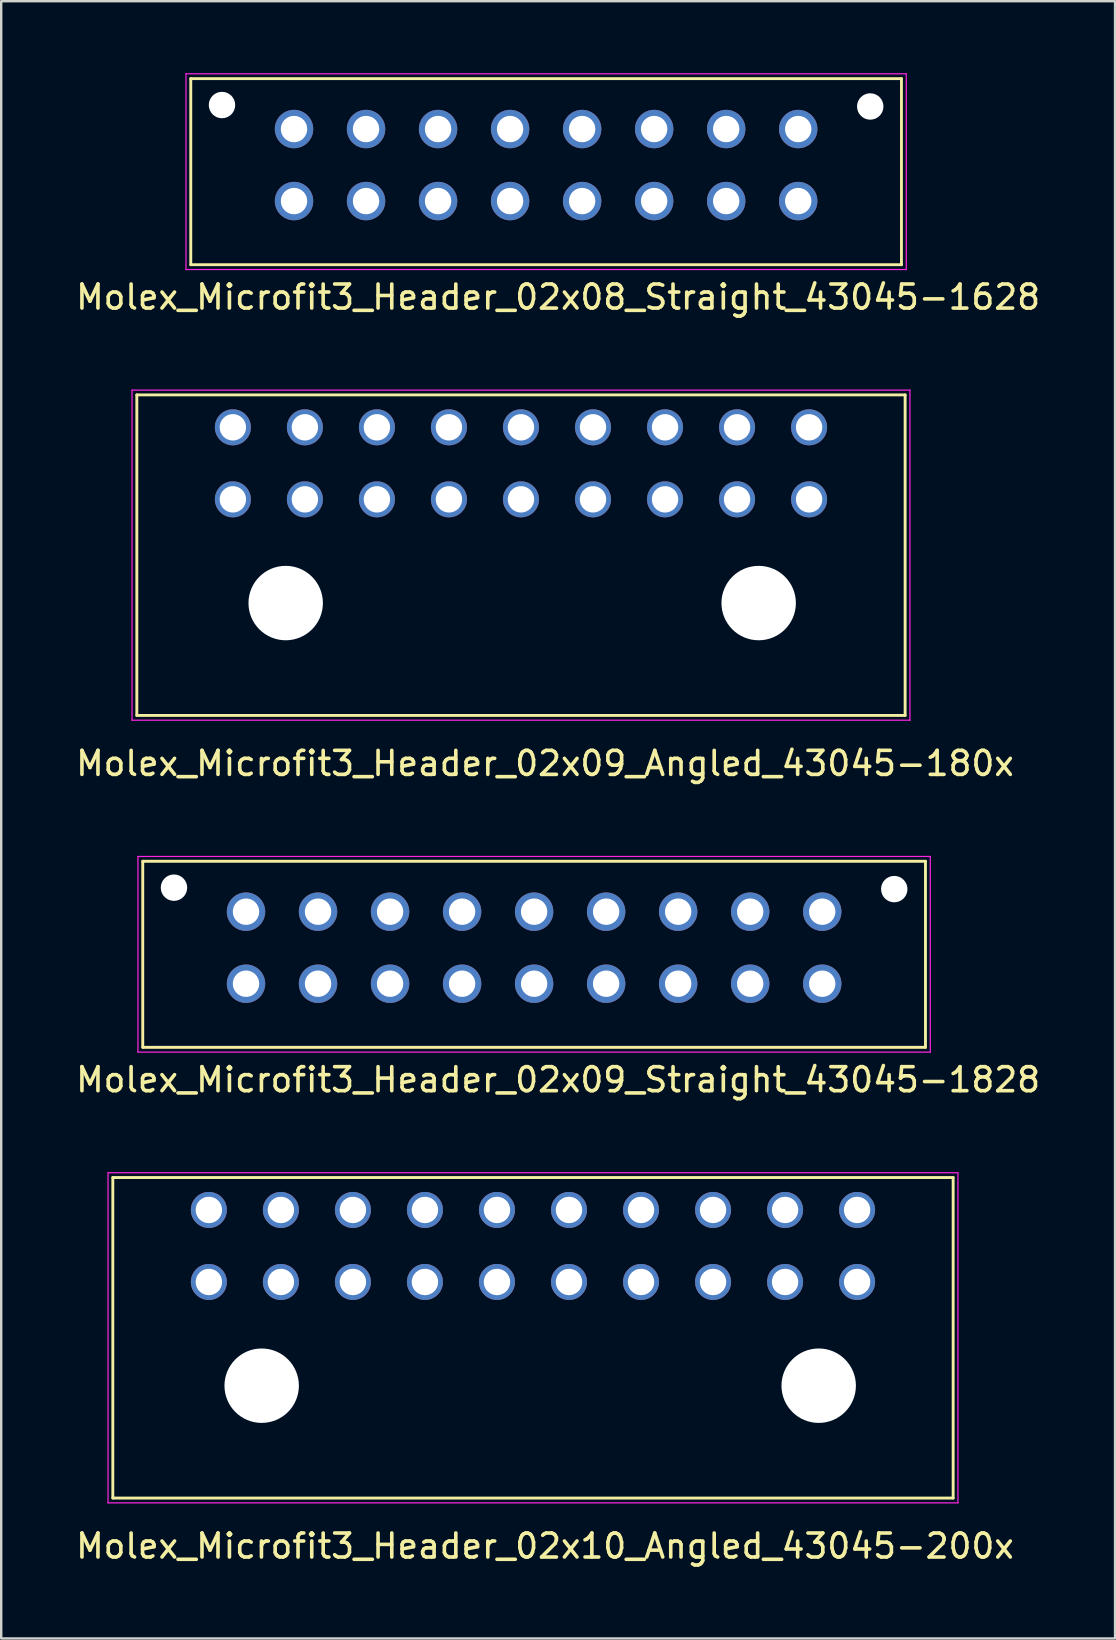
<source format=kicad_pcb>
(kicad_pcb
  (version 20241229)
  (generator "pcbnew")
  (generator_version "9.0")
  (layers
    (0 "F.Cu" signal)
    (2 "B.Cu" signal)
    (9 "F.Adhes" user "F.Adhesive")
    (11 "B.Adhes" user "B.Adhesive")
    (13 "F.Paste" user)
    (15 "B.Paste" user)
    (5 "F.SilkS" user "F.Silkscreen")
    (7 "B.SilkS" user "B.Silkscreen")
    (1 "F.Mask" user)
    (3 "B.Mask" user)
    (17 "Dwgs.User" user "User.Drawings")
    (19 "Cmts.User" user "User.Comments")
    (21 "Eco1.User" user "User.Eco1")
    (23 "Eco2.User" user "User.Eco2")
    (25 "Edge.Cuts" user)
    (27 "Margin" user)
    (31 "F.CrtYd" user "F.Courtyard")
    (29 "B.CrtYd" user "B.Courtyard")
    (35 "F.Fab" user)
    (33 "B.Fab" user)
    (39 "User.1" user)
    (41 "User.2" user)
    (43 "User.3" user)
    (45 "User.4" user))
  (footprint "Molex_Microfit3_Header_02x09_Straight_43045-1828"
    (layer "F.Cu")
    (at 31.196 37.922)
    (property "Reference" "Molex_Microfit3_Header_02x09_Straight_43045-1828" (at -11 4 0) (layer "F.SilkS") (effects (font (size 1 1) (thickness 0.15))))
    (attr through_hole)
    (fp_line (start -28.3 2.65) (end -28.3 -5.1) (stroke (width 0.12) (type solid)) (layer "F.SilkS"))
    (fp_line (start 4.3 -5.1) (end -28.3 -5.1) (stroke (width 0.12) (type solid)) (layer "F.SilkS"))
    (fp_line (start 4.3 2.65) (end -28.3 2.65) (stroke (width 0.12) (type solid)) (layer "F.SilkS"))
    (fp_line (start 4.3 2.65) (end 4.3 -5.1) (stroke (width 0.12) (type solid)) (layer "F.SilkS"))
    (fp_line (start -28.5 2.85) (end -28.5 -5.3) (stroke (width 0.05) (type solid)) (layer "F.CrtYd"))
    (fp_line (start 4.5 -5.3) (end -28.5 -5.3) (stroke (width 0.05) (type solid)) (layer "F.CrtYd"))
    (fp_line (start 4.5 2.85) (end -28.5 2.85) (stroke (width 0.05) (type solid)) (layer "F.CrtYd"))
    (fp_line (start 4.5 2.85) (end 4.5 -5.3) (stroke (width 0.05) (type solid)) (layer "F.CrtYd"))
    (pad "" np_thru_hole circle (at -27 -4) (size 1.1 1.1) (drill 1.1) (layers "*.Cu" "*.Mask"))
    (pad "" np_thru_hole circle (at 3 -3.94) (size 1.1 1.1) (drill 1.1) (layers "*.Cu" "*.Mask"))
    (pad "1" thru_hole circle (at 0 0) (size 1.6 1.6) (drill 1.1) (layers "*.Cu" "*.Mask"))
    (pad "2" thru_hole circle (at -3 0) (size 1.6 1.6) (drill 1.1) (layers "*.Cu" "*.Mask"))
    (pad "3" thru_hole circle (at -6 0) (size 1.6 1.6) (drill 1.1) (layers "*.Cu" "*.Mask"))
    (pad "4" thru_hole circle (at -9 0) (size 1.6 1.6) (drill 1.1) (layers "*.Cu" "*.Mask"))
    (pad "5" thru_hole circle (at -12 0) (size 1.6 1.6) (drill 1.1) (layers "*.Cu" "*.Mask"))
    (pad "6" thru_hole circle (at -15 0) (size 1.6 1.6) (drill 1.1) (layers "*.Cu" "*.Mask"))
    (pad "7" thru_hole circle (at -18 0) (size 1.6 1.6) (drill 1.1) (layers "*.Cu" "*.Mask"))
    (pad "8" thru_hole circle (at -21 0) (size 1.6 1.6) (drill 1.1) (layers "*.Cu" "*.Mask"))
    (pad "9" thru_hole circle (at -24 0) (size 1.6 1.6) (drill 1.1) (layers "*.Cu" "*.Mask"))
    (pad "10" thru_hole circle (at 0 -3) (size 1.6 1.6) (drill 1.1) (layers "*.Cu" "*.Mask"))
    (pad "11" thru_hole circle (at -3 -3) (size 1.6 1.6) (drill 1.1) (layers "*.Cu" "*.Mask"))
    (pad "12" thru_hole circle (at -6 -3) (size 1.6 1.6) (drill 1.1) (layers "*.Cu" "*.Mask"))
    (pad "13" thru_hole circle (at -9 -3) (size 1.6 1.6) (drill 1.1) (layers "*.Cu" "*.Mask"))
    (pad "14" thru_hole circle (at -12 -3) (size 1.6 1.6) (drill 1.1) (layers "*.Cu" "*.Mask"))
    (pad "15" thru_hole circle (at -15 -3) (size 1.6 1.6) (drill 1.1) (layers "*.Cu" "*.Mask"))
    (pad "16" thru_hole circle (at -18 -3) (size 1.6 1.6) (drill 1.1) (layers "*.Cu" "*.Mask"))
    (pad "17" thru_hole circle (at -21 -3) (size 1.6 1.6) (drill 1.1) (layers "*.Cu" "*.Mask"))
    (pad "18" thru_hole circle (at -24 -3) (size 1.6 1.6) (drill 1.1) (layers "*.Cu" "*.Mask")))
  (footprint "Molex_Microfit3_Header_02x08_Straight_43045-1628"
    (layer "F.Cu")
    (at 30.196 5.325)
    (property "Reference" "Molex_Microfit3_Header_02x08_Straight_43045-1628" (at -10 4 0) (layer "F.SilkS") (effects (font (size 1 1) (thickness 0.15))))
    (attr through_hole)
    (fp_line (start -25.3 2.65) (end -25.3 -5.1) (stroke (width 0.12) (type solid)) (layer "F.SilkS"))
    (fp_line (start 4.3 -5.1) (end -25.3 -5.1) (stroke (width 0.12) (type solid)) (layer "F.SilkS"))
    (fp_line (start 4.3 2.65) (end -25.3 2.65) (stroke (width 0.12) (type solid)) (layer "F.SilkS"))
    (fp_line (start 4.3 2.65) (end 4.3 -5.1) (stroke (width 0.12) (type solid)) (layer "F.SilkS"))
    (fp_line (start -25.5 2.85) (end -25.5 -5.3) (stroke (width 0.05) (type solid)) (layer "F.CrtYd"))
    (fp_line (start 4.5 -5.3) (end -25.5 -5.3) (stroke (width 0.05) (type solid)) (layer "F.CrtYd"))
    (fp_line (start 4.5 2.85) (end -25.5 2.85) (stroke (width 0.05) (type solid)) (layer "F.CrtYd"))
    (fp_line (start 4.5 2.85) (end 4.5 -5.3) (stroke (width 0.05) (type solid)) (layer "F.CrtYd"))
    (pad "" np_thru_hole circle (at -24 -4) (size 1.1 1.1) (drill 1.1) (layers "*.Cu" "*.Mask"))
    (pad "" np_thru_hole circle (at 3 -3.94) (size 1.1 1.1) (drill 1.1) (layers "*.Cu" "*.Mask"))
    (pad "1" thru_hole circle (at 0 0) (size 1.6 1.6) (drill 1.1) (layers "*.Cu" "*.Mask"))
    (pad "2" thru_hole circle (at -3 0) (size 1.6 1.6) (drill 1.1) (layers "*.Cu" "*.Mask"))
    (pad "3" thru_hole circle (at -6 0) (size 1.6 1.6) (drill 1.1) (layers "*.Cu" "*.Mask"))
    (pad "4" thru_hole circle (at -9 0) (size 1.6 1.6) (drill 1.1) (layers "*.Cu" "*.Mask"))
    (pad "5" thru_hole circle (at -12 0) (size 1.6 1.6) (drill 1.1) (layers "*.Cu" "*.Mask"))
    (pad "6" thru_hole circle (at -15 0) (size 1.6 1.6) (drill 1.1) (layers "*.Cu" "*.Mask"))
    (pad "7" thru_hole circle (at -18 0) (size 1.6 1.6) (drill 1.1) (layers "*.Cu" "*.Mask"))
    (pad "8" thru_hole circle (at -21 0) (size 1.6 1.6) (drill 1.1) (layers "*.Cu" "*.Mask"))
    (pad "9" thru_hole circle (at 0 -3) (size 1.6 1.6) (drill 1.1) (layers "*.Cu" "*.Mask"))
    (pad "10" thru_hole circle (at -3 -3) (size 1.6 1.6) (drill 1.1) (layers "*.Cu" "*.Mask"))
    (pad "11" thru_hole circle (at -6 -3) (size 1.6 1.6) (drill 1.1) (layers "*.Cu" "*.Mask"))
    (pad "12" thru_hole circle (at -9 -3) (size 1.6 1.6) (drill 1.1) (layers "*.Cu" "*.Mask"))
    (pad "13" thru_hole circle (at -12 -3) (size 1.6 1.6) (drill 1.1) (layers "*.Cu" "*.Mask"))
    (pad "14" thru_hole circle (at -15 -3) (size 1.6 1.6) (drill 1.1) (layers "*.Cu" "*.Mask"))
    (pad "15" thru_hole circle (at -18 -3) (size 1.6 1.6) (drill 1.1) (layers "*.Cu" "*.Mask"))
    (pad "16" thru_hole circle (at -21 -3) (size 1.6 1.6) (drill 1.1) (layers "*.Cu" "*.Mask")))
  (footprint "Molex_Microfit3_Header_02x09_Angled_43045-180x"
    (layer "F.Cu")
    (at 30.649 17.748)
    (property "Reference" "Molex_Microfit3_Header_02x09_Angled_43045-180x" (at -11 11 0) (layer "F.SilkS") (effects (font (size 1 1) (thickness 0.15))))
    (attr through_hole)
    (fp_line (start -28 -4.35) (end 4 -4.35) (stroke (width 0.12) (type solid)) (layer "F.SilkS"))
    (fp_line (start -28 9) (end -28 -4.35) (stroke (width 0.12) (type solid)) (layer "F.SilkS"))
    (fp_line (start 4 -4.35) (end 4 9) (stroke (width 0.12) (type solid)) (layer "F.SilkS"))
    (fp_line (start 4 9) (end -28 9) (stroke (width 0.12) (type solid)) (layer "F.SilkS"))
    (fp_line (start -28.2 -4.55) (end -28.2 9.2) (stroke (width 0.05) (type solid)) (layer "F.CrtYd"))
    (fp_line (start -28.2 9.2) (end 4.2 9.2) (stroke (width 0.05) (type solid)) (layer "F.CrtYd"))
    (fp_line (start 4.2 -4.55) (end -28.2 -4.55) (stroke (width 0.05) (type solid)) (layer "F.CrtYd"))
    (fp_line (start 4.2 9.2) (end 4.2 -4.55) (stroke (width 0.05) (type solid)) (layer "F.CrtYd"))
    (pad "" np_thru_hole circle (at -21.8 4.32) (size 3.1 3.1) (drill 3.1) (layers "*.Cu" "*.Mask"))
    (pad "" np_thru_hole circle (at -2.1 4.32) (size 3.1 3.1) (drill 3.1) (layers "*.Cu" "*.Mask"))
    (pad "1" thru_hole circle (at 0 0) (size 1.5 1.5) (drill 1.1) (layers "*.Cu" "*.Mask"))
    (pad "2" thru_hole circle (at -3 0) (size 1.5 1.5) (drill 1.1) (layers "*.Cu" "*.Mask"))
    (pad "3" thru_hole circle (at -6 0) (size 1.5 1.5) (drill 1.1) (layers "*.Cu" "*.Mask"))
    (pad "4" thru_hole circle (at -9 0) (size 1.5 1.5) (drill 1.1) (layers "*.Cu" "*.Mask"))
    (pad "5" thru_hole circle (at -12 0) (size 1.5 1.5) (drill 1.1) (layers "*.Cu" "*.Mask"))
    (pad "6" thru_hole circle (at -15 0) (size 1.5 1.5) (drill 1.1) (layers "*.Cu" "*.Mask"))
    (pad "7" thru_hole circle (at -18 0) (size 1.5 1.5) (drill 1.1) (layers "*.Cu" "*.Mask"))
    (pad "8" thru_hole circle (at -21 0) (size 1.5 1.5) (drill 1.1) (layers "*.Cu" "*.Mask"))
    (pad "9" thru_hole circle (at -24 0) (size 1.5 1.5) (drill 1.1) (layers "*.Cu" "*.Mask"))
    (pad "10" thru_hole circle (at 0 -3) (size 1.5 1.5) (drill 1.1) (layers "*.Cu" "*.Mask"))
    (pad "11" thru_hole circle (at -3 -3) (size 1.5 1.5) (drill 1.1) (layers "*.Cu" "*.Mask"))
    (pad "12" thru_hole circle (at -6 -3) (size 1.5 1.5) (drill 1.1) (layers "*.Cu" "*.Mask"))
    (pad "13" thru_hole circle (at -9 -3) (size 1.5 1.5) (drill 1.1) (layers "*.Cu" "*.Mask"))
    (pad "14" thru_hole circle (at -12 -3) (size 1.5 1.5) (drill 1.1) (layers "*.Cu" "*.Mask"))
    (pad "15" thru_hole circle (at -15 -3) (size 1.5 1.5) (drill 1.1) (layers "*.Cu" "*.Mask"))
    (pad "16" thru_hole circle (at -18 -3) (size 1.5 1.5) (drill 1.1) (layers "*.Cu" "*.Mask"))
    (pad "17" thru_hole circle (at -21 -3) (size 1.5 1.5) (drill 1.1) (layers "*.Cu" "*.Mask"))
    (pad "18" thru_hole circle (at -24 -3) (size 1.5 1.5) (drill 1.1) (layers "*.Cu" "*.Mask")))
  (footprint "Molex_Microfit3_Header_02x10_Angled_43045-200x"
    (layer "F.Cu")
    (at 32.649 50.345)
    (property "Reference" "Molex_Microfit3_Header_02x10_Angled_43045-200x" (at -13 11 0) (layer "F.SilkS") (effects (font (size 1 1) (thickness 0.15))))
    (attr through_hole)
    (fp_line (start -31 -4.35) (end 4 -4.35) (stroke (width 0.12) (type solid)) (layer "F.SilkS"))
    (fp_line (start -31 9) (end -31 -4.35) (stroke (width 0.12) (type solid)) (layer "F.SilkS"))
    (fp_line (start 4 -4.35) (end 4 9) (stroke (width 0.12) (type solid)) (layer "F.SilkS"))
    (fp_line (start 4 9) (end -31 9) (stroke (width 0.12) (type solid)) (layer "F.SilkS"))
    (fp_line (start -31.2 -4.55) (end -31.2 9.2) (stroke (width 0.05) (type solid)) (layer "F.CrtYd"))
    (fp_line (start -31.2 9.2) (end 4.2 9.2) (stroke (width 0.05) (type solid)) (layer "F.CrtYd"))
    (fp_line (start 4.2 -4.55) (end -31.2 -4.55) (stroke (width 0.05) (type solid)) (layer "F.CrtYd"))
    (fp_line (start 4.2 9.2) (end 4.2 -4.55) (stroke (width 0.05) (type solid)) (layer "F.CrtYd"))
    (pad "" np_thru_hole circle (at -24.8 4.32) (size 3.1 3.1) (drill 3.1) (layers "*.Cu" "*.Mask"))
    (pad "" np_thru_hole circle (at -1.6 4.32) (size 3.1 3.1) (drill 3.1) (layers "*.Cu" "*.Mask"))
    (pad "1" thru_hole circle (at 0 0) (size 1.5 1.5) (drill 1.1) (layers "*.Cu" "*.Mask"))
    (pad "2" thru_hole circle (at -3 0) (size 1.5 1.5) (drill 1.1) (layers "*.Cu" "*.Mask"))
    (pad "3" thru_hole circle (at -6 0) (size 1.5 1.5) (drill 1.1) (layers "*.Cu" "*.Mask"))
    (pad "4" thru_hole circle (at -9 0) (size 1.5 1.5) (drill 1.1) (layers "*.Cu" "*.Mask"))
    (pad "5" thru_hole circle (at -12 0) (size 1.5 1.5) (drill 1.1) (layers "*.Cu" "*.Mask"))
    (pad "6" thru_hole circle (at -15 0) (size 1.5 1.5) (drill 1.1) (layers "*.Cu" "*.Mask"))
    (pad "7" thru_hole circle (at -18 0) (size 1.5 1.5) (drill 1.1) (layers "*.Cu" "*.Mask"))
    (pad "8" thru_hole circle (at -21 0) (size 1.5 1.5) (drill 1.1) (layers "*.Cu" "*.Mask"))
    (pad "9" thru_hole circle (at -24 0) (size 1.5 1.5) (drill 1.1) (layers "*.Cu" "*.Mask"))
    (pad "10" thru_hole circle (at -27 0) (size 1.5 1.5) (drill 1.1) (layers "*.Cu" "*.Mask"))
    (pad "11" thru_hole circle (at 0 -3) (size 1.5 1.5) (drill 1.1) (layers "*.Cu" "*.Mask"))
    (pad "12" thru_hole circle (at -3 -3) (size 1.5 1.5) (drill 1.1) (layers "*.Cu" "*.Mask"))
    (pad "13" thru_hole circle (at -6 -3) (size 1.5 1.5) (drill 1.1) (layers "*.Cu" "*.Mask"))
    (pad "14" thru_hole circle (at -9 -3) (size 1.5 1.5) (drill 1.1) (layers "*.Cu" "*.Mask"))
    (pad "15" thru_hole circle (at -12 -3) (size 1.5 1.5) (drill 1.1) (layers "*.Cu" "*.Mask"))
    (pad "16" thru_hole circle (at -15 -3) (size 1.5 1.5) (drill 1.1) (layers "*.Cu" "*.Mask"))
    (pad "17" thru_hole circle (at -18 -3) (size 1.5 1.5) (drill 1.1) (layers "*.Cu" "*.Mask"))
    (pad "18" thru_hole circle (at -21 -3) (size 1.5 1.5) (drill 1.1) (layers "*.Cu" "*.Mask"))
    (pad "19" thru_hole circle (at -24 -3) (size 1.5 1.5) (drill 1.1) (layers "*.Cu" "*.Mask"))
    (pad "20" thru_hole circle (at -27 -3) (size 1.5 1.5) (drill 1.1) (layers "*.Cu" "*.Mask")))
  (gr_rect
    (start -3 -3)
    (end 43.393 65.193)
    (stroke (width 0.1) (type default))
    (fill no)
    (layer "Edge.Cuts")))
</source>
